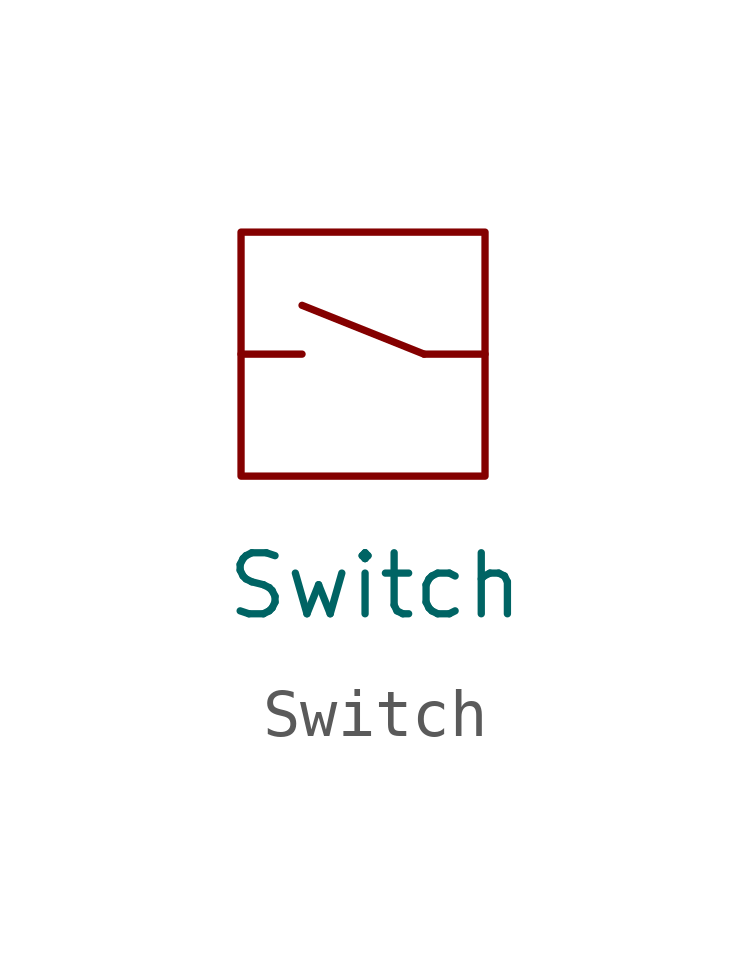
<source format=kicad_sym>
(kicad_symbol_lib
  (version 20211014)
  (generator kicad_symbol_editor)
  (symbol "Switch"
    (pin_names
      (offset 1.016))
    (property "Reference" "S"
      (at 0.254 -4.826 0)
      (effects (font (size 1.27 1.27)) hide))
    (property "Value" "Switch"
      (at 0.254 -4.826 0)
      (effects (font (size 1.27 1.27))))
    (symbol "Switch_0_1"
      (polyline (pts (xy 1.27 0) (xy -1.27 1.016)) (stroke (width 0) (type default) (color 0 0 0 0)) (fill (type none)))
      (rectangle (start 2.54 2.54) (end -2.54 -2.54) (stroke (width 0) (type default) (color 0 0 0 0)) (fill (type none))))
    (symbol "Switch_1_1"
      (pin input line (at -2.54 0 0) (length 1.27) (name "~" (effects (font (size 1.27 1.27)))) (number "~" (effects (font (size 1.27 1.27)))))
      (pin input line (at 2.54 0 180) (length 1.27) (name "~" (effects (font (size 1.27 1.27)))) (number "~" (effects (font (size 1.27 1.27))))))))
</source>
